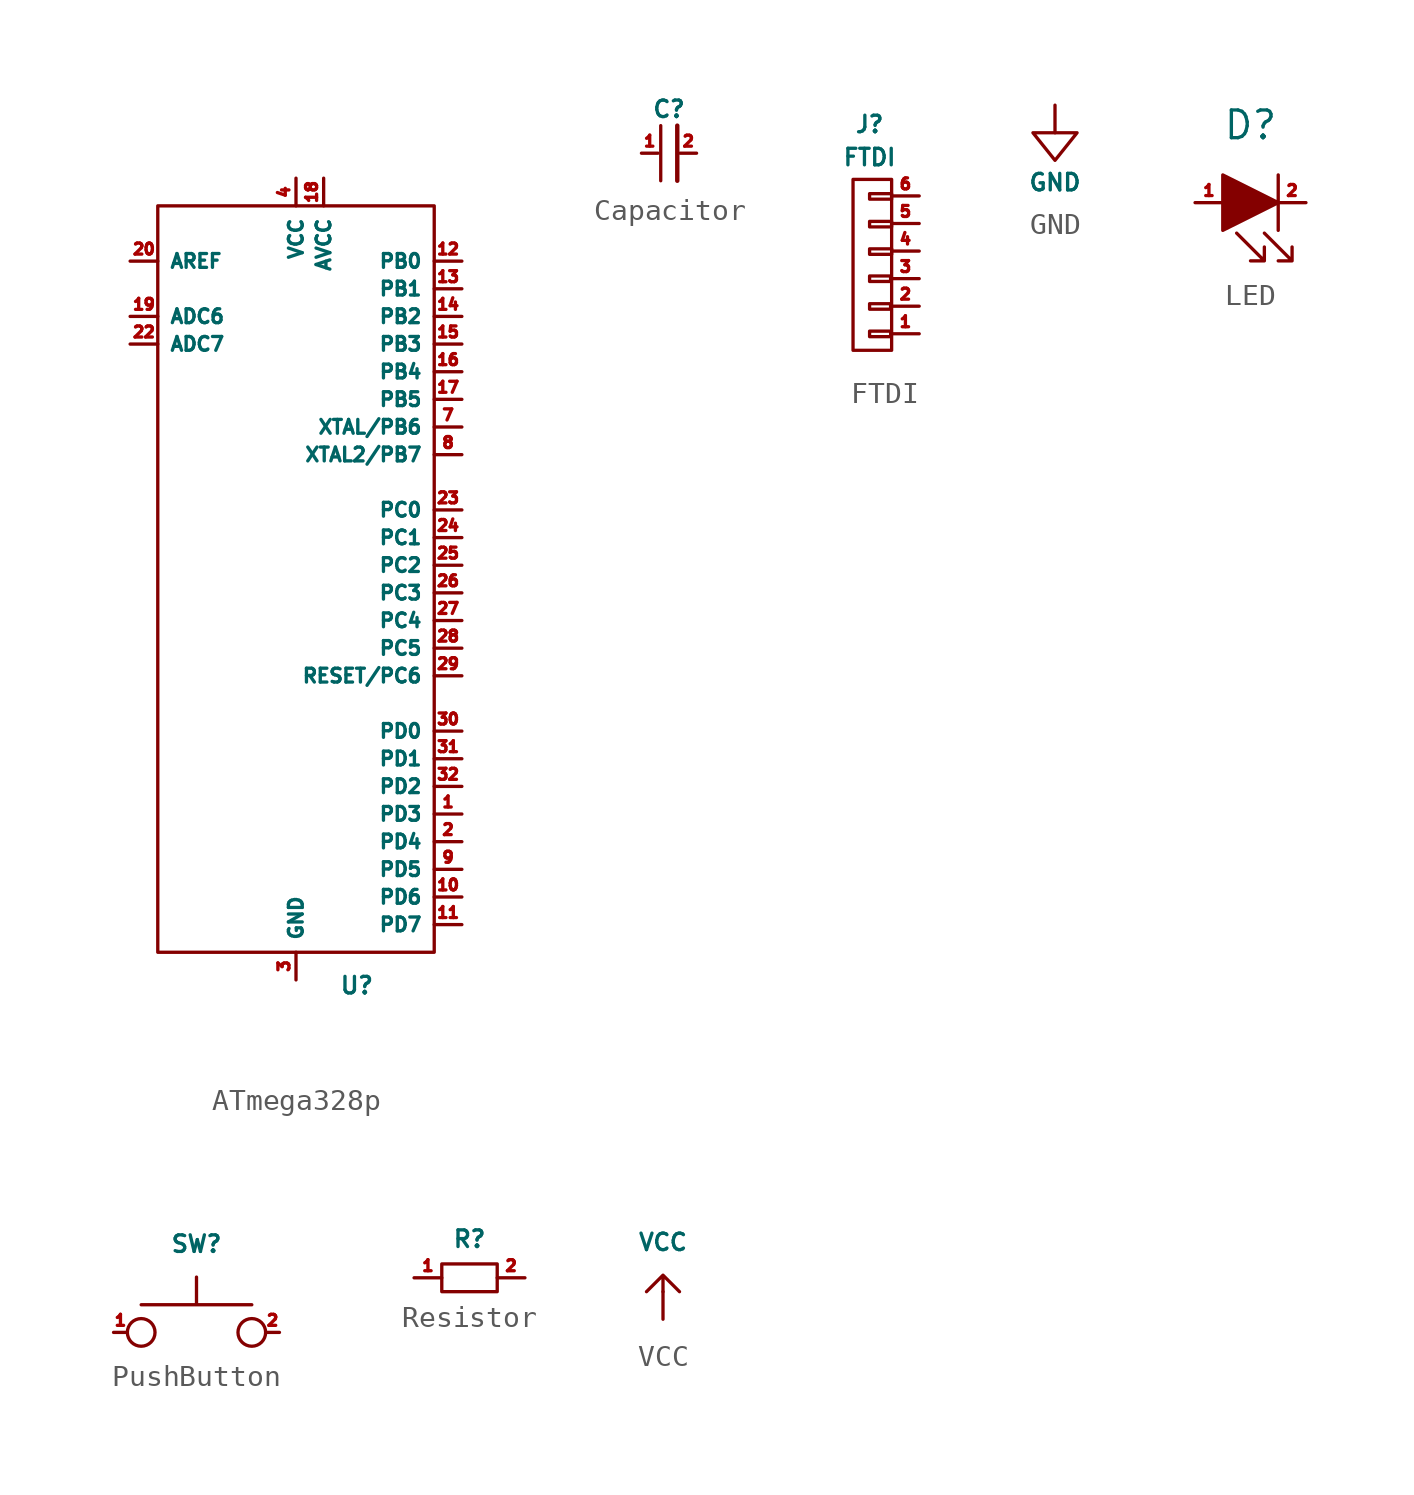
<source format=kicad_sym>
(kicad_symbol_lib
  (version 20241209)
  (generator "kicad_symbol_editor")
  (generator_version "9.0")
  (symbol "ATmega328p"
    (property "Reference" "U"
      (at -1.016 -16.764 0)
      (effects (font (size 0.762 0.762))))
    (property "Value" ""
      (at 0 0 0)
      (effects (font (size 1.27 1.27))))
    (symbol "ATmega328p_0_1"
      (rectangle (start -10.16 19.05) (end 2.54 -15.24) (stroke (width 0) (type default)) (fill (type none))))
    (symbol "ATmega328p_1_1"
      (pin passive line (at -11.43 16.51 0) (length 1.27) (name "AREF" (effects (font (size 0.635 0.635)))) (number "20" (effects (font (size 0.508 0.508)))))
      (pin input line (at -11.43 13.97 0) (length 1.27) (name "ADC6" (effects (font (size 0.635 0.635)))) (number "19" (effects (font (size 0.508 0.508)))))
      (pin input line (at -11.43 12.7 0) (length 1.27) (name "ADC7" (effects (font (size 0.635 0.635)))) (number "22" (effects (font (size 0.508 0.508)))))
      (pin power_in line (at -3.81 20.32 270) (length 1.27) (name "VCC" (effects (font (size 0.635 0.635)))) (number "4" (effects (font (size 0.508 0.508)))))
      (pin power_in line (at -3.81 -16.51 90) (length 1.27) (name "GND" (effects (font (size 0.635 0.635)))) (number "3" (effects (font (size 0.508 0.508)))))
      (pin power_in line (at -2.54 20.32 270) (length 1.27) (name "AVCC" (effects (font (size 0.635 0.635)))) (number "18" (effects (font (size 0.508 0.508)))))
      (pin bidirectional line (at 3.81 16.51 180) (length 1.27) (name "PB0" (effects (font (size 0.635 0.635)))) (number "12" (effects (font (size 0.508 0.508)))))
      (pin bidirectional line (at 3.81 15.24 180) (length 1.27) (name "PB1" (effects (font (size 0.635 0.635)))) (number "13" (effects (font (size 0.508 0.508)))))
      (pin bidirectional line (at 3.81 13.97 180) (length 1.27) (name "PB2" (effects (font (size 0.635 0.635)))) (number "14" (effects (font (size 0.508 0.508)))))
      (pin bidirectional line (at 3.81 12.7 180) (length 1.27) (name "PB3" (effects (font (size 0.635 0.635)))) (number "15" (effects (font (size 0.508 0.508)))))
      (pin bidirectional line (at 3.81 11.43 180) (length 1.27) (name "PB4" (effects (font (size 0.635 0.635)))) (number "16" (effects (font (size 0.508 0.508)))))
      (pin bidirectional line (at 3.81 10.16 180) (length 1.27) (name "PB5" (effects (font (size 0.635 0.635)))) (number "17" (effects (font (size 0.508 0.508)))))
      (pin bidirectional line (at 3.81 8.89 180) (length 1.27) (name "XTAL/PB6" (effects (font (size 0.635 0.635)))) (number "7" (effects (font (size 0.508 0.508)))))
      (pin bidirectional line (at 3.81 7.62 180) (length 1.27) (name "XTAL2/PB7" (effects (font (size 0.635 0.635)))) (number "8" (effects (font (size 0.508 0.508)))))
      (pin bidirectional line (at 3.81 5.08 180) (length 1.27) (name "PC0" (effects (font (size 0.635 0.635)))) (number "23" (effects (font (size 0.508 0.508)))))
      (pin bidirectional line (at 3.81 3.81 180) (length 1.27) (name "PC1" (effects (font (size 0.635 0.635)))) (number "24" (effects (font (size 0.508 0.508)))))
      (pin bidirectional line (at 3.81 2.54 180) (length 1.27) (name "PC2" (effects (font (size 0.635 0.635)))) (number "25" (effects (font (size 0.508 0.508)))))
      (pin bidirectional line (at 3.81 1.27 180) (length 1.27) (name "PC3" (effects (font (size 0.635 0.635)))) (number "26" (effects (font (size 0.508 0.508)))))
      (pin bidirectional line (at 3.81 0 180) (length 1.27) (name "PC4" (effects (font (size 0.635 0.635)))) (number "27" (effects (font (size 0.508 0.508)))))
      (pin bidirectional line (at 3.81 -1.27 180) (length 1.27) (name "PC5" (effects (font (size 0.635 0.635)))) (number "28" (effects (font (size 0.508 0.508)))))
      (pin bidirectional line (at 3.81 -2.54 180) (length 1.27) (name "RESET/PC6" (effects (font (size 0.635 0.635)))) (number "29" (effects (font (size 0.508 0.508)))))
      (pin bidirectional line (at 3.81 -5.08 180) (length 1.27) (name "PD0" (effects (font (size 0.635 0.635)))) (number "30" (effects (font (size 0.508 0.508)))))
      (pin bidirectional line (at 3.81 -6.35 180) (length 1.27) (name "PD1" (effects (font (size 0.635 0.635)))) (number "31" (effects (font (size 0.508 0.508)))))
      (pin bidirectional line (at 3.81 -7.62 180) (length 1.27) (name "PD2" (effects (font (size 0.635 0.635)))) (number "32" (effects (font (size 0.508 0.508)))))
      (pin bidirectional line (at 3.81 -8.89 180) (length 1.27) (name "PD3" (effects (font (size 0.635 0.635)))) (number "1" (effects (font (size 0.508 0.508)))))
      (pin bidirectional line (at 3.81 -10.16 180) (length 1.27) (name "PD4" (effects (font (size 0.635 0.635)))) (number "2" (effects (font (size 0.508 0.508)))))
      (pin bidirectional line (at 3.81 -11.43 180) (length 1.27) (name "PD5" (effects (font (size 0.635 0.635)))) (number "9" (effects (font (size 0.508 0.508)))))
      (pin bidirectional line (at 3.81 -12.7 180) (length 1.27) (name "PD6" (effects (font (size 0.635 0.635)))) (number "10" (effects (font (size 0.508 0.508)))))
      (pin bidirectional line (at 3.81 -13.97 180) (length 1.27) (name "PD7" (effects (font (size 0.635 0.635)))) (number "11" (effects (font (size 0.508 0.508)))))))
  (symbol "Capacitor"
    (property "Reference" "C"
      (at 0 2.032 0)
      (effects (font (size 0.762 0.762))))
    (property "Value" ""
      (at 0 0 0)
      (effects (font (size 1.27 1.27))))
    (symbol "Capacitor_0_1"
      (polyline (pts (xy -0.381 1.27) (xy -0.381 -1.27)) (stroke (width 0) (type default)) (fill (type none))))
    (symbol "Capacitor_1_1"
      (polyline (pts (xy 0.381 1.27) (xy 0.381 -1.27)) (stroke (width 0.203) (type solid)) (fill (type none)))
      (pin passive line (at -1.27 0 0) (length 0.762) (name "" (effects (font (size 1.27 1.27)))) (number "1" (effects (font (size 0.508 0.508)))))
      (pin passive line (at 1.27 0 180) (length 0.762) (name "" (effects (font (size 1.27 1.27)))) (number "2" (effects (font (size 0.508 0.508)))))))
  (symbol "FTDI"
    (property "Reference" "J"
      (at 0.254 0.762 0)
      (effects (font (size 0.762 0.762))))
    (property "Value" "FTDI"
      (at 0.254 -0.762 0)
      (effects (font (size 0.762 0.762))))
    (symbol "FTDI_0_1"
      (rectangle (start -0.508 -1.778) (end 1.27 -9.652) (stroke (width 0) (type default)) (fill (type none)))
      (rectangle (start 0.254 -2.435) (end 1.268 -2.689) (stroke (width 0) (type default)) (fill (type none)))
      (rectangle (start 0.254 -3.713) (end 1.268 -3.967) (stroke (width 0) (type default)) (fill (type none)))
      (rectangle (start 0.254 -4.977) (end 1.272 -5.231) (stroke (width 0) (type default)) (fill (type none)))
      (rectangle (start 0.254 -6.227) (end 1.222 -6.481) (stroke (width 0) (type default)) (fill (type none)))
      (rectangle (start 0.254 -7.505) (end 1.222 -7.759) (stroke (width 0) (type default)) (fill (type none)))
      (rectangle (start 0.254 -8.769) (end 1.226 -9.023) (stroke (width 0) (type default)) (fill (type none))))
    (symbol "FTDI_1_1"
      (pin passive line (at 2.54 -2.54 180) (length 1.27) (name "" (effects (font (size 0.635 0.635)))) (number "6" (effects (font (size 0.508 0.508)))))
      (pin passive line (at 2.54 -3.81 180) (length 1.27) (name "" (effects (font (size 0.635 0.635)))) (number "5" (effects (font (size 0.508 0.508)))))
      (pin passive line (at 2.54 -5.08 180) (length 1.27) (name "" (effects (font (size 0.635 0.635)))) (number "4" (effects (font (size 0.508 0.508)))))
      (pin passive line (at 2.54 -6.35 180) (length 1.27) (name "" (effects (font (size 0.635 0.635)))) (number "3" (effects (font (size 0.508 0.508)))))
      (pin passive line (at 2.54 -7.62 180) (length 1.27) (name "" (effects (font (size 0.635 0.635)))) (number "2" (effects (font (size 0.508 0.508)))))
      (pin passive line (at 2.54 -8.89 180) (length 1.27) (name "" (effects (font (size 0.635 0.635)))) (number "1" (effects (font (size 0.508 0.508)))))))
  (symbol "GND"
    (power)
    (property "Reference" "GND"
      (at 0 -2.286 0)
      (effects (font (size 0.762 0.762)) (hide yes)))
    (property "Value" "GND"
      (at 0 -2.286 0)
      (effects (font (size 0.762 0.762))))
    (symbol "GND_0_1"
      (polyline (pts (xy 0 0) (xy -1.016 0) (xy 0 -1.27) (xy 1.016 0) (xy 0 0)) (stroke (width 0) (type default)) (fill (type none))))
    (symbol "GND_1_1"
      (pin power_in line (at 0 1.27 270) (length 1.27) (name "" (effects (font (size 1.27 1.27)))) (number "" (effects (font (size 1.27 1.27)))))))
  (symbol "LED"
    (property "Reference" "D"
      (at 0 3.556 0)
      (effects (font (size 1.27 1.27))))
    (property "Value" ""
      (at 0 0 0)
      (effects (font (size 1.27 1.27))))
    (symbol "LED_1_1"
      (polyline (pts (xy 0.635 -1.397) (xy 1.905 -2.667) (xy 1.27 -2.667) (xy 1.905 -2.667) (xy 1.905 -2.032)) (stroke (width 0) (type default)) (fill (type none)))
      (polyline (pts (xy 0.635 -2.667) (xy 0 -2.667) (xy 0.635 -2.667) (xy 0.635 -2.032) (xy 0.635 -2.667) (xy -0.635 -1.397)) (stroke (width 0) (type default)) (fill (type none)))
      (polyline (pts (xy 1.27 1.27) (xy 1.27 -1.27) (xy 1.27 0) (xy -1.27 1.27) (xy -1.27 -1.27) (xy 1.27 0)) (stroke (width 0) (type solid)) (fill (type outline)))
      (pin passive line (at -2.54 0 0) (length 1.27) (name "" (effects (font (size 1.27 1.27)))) (number "1" (effects (font (size 0.508 0.508)))))
      (pin passive line (at 2.54 0 180) (length 1.27) (name "" (effects (font (size 1.27 1.27)))) (number "2" (effects (font (size 0.508 0.508)))))))
  (symbol "PushButton"
    (property "Reference" "SW"
      (at 0 4.064 0)
      (effects (font (size 0.762 0.762))))
    (property "Value" ""
      (at 0 0 0)
      (effects (font (size 1.27 1.27))))
    (symbol "PushButton_0_1"
      (circle (center -2.54 0) (radius 0.635) (stroke (width 0) (type default)) (fill (type none)))
      (polyline (pts (xy 0 1.27) (xy -2.54 1.27) (xy 0 1.27) (xy 2.54 1.27) (xy 0 1.27) (xy 0 2.54)) (stroke (width 0) (type default)) (fill (type none)))
      (circle (center 2.54 0) (radius 0.635) (stroke (width 0) (type default)) (fill (type none))))
    (symbol "PushButton_1_1"
      (pin passive line (at -3.81 0 0) (length 0.635) (name "" (effects (font (size 1.27 1.27)))) (number "1" (effects (font (size 0.508 0.508)))))
      (pin passive line (at 3.81 0 180) (length 0.635) (name "" (effects (font (size 1.27 1.27)))) (number "2" (effects (font (size 0.508 0.508)))))))
  (symbol "Resistor"
    (property "Reference" "R"
      (at 0 1.778 0)
      (effects (font (size 0.762 0.762))))
    (property "Value" ""
      (at 0 0 0)
      (effects (font (size 1.27 1.27))))
    (symbol "Resistor_0_1"
      (rectangle (start -1.27 0.635) (end 1.27 -0.635) (stroke (width 0) (type default)) (fill (type none))))
    (symbol "Resistor_1_1"
      (pin passive line (at -2.54 0 0) (length 1.27) (name "" (effects (font (size 0.508 0.508)))) (number "1" (effects (font (size 0.508 0.508)))))
      (pin passive line (at 2.54 0 180) (length 1.27) (name "" (effects (font (size 1.27 1.27)))) (number "2" (effects (font (size 0.508 0.508)))))))
  (symbol "VCC"
    (power)
    (property "Reference" "VCC"
      (at 0 2.286 0)
      (effects (font (size 0.762 0.762)) (hide yes)))
    (property "Value" "VCC"
      (at 0 2.286 0)
      (effects (font (size 0.762 0.762))))
    (symbol "VCC_0_1"
      (polyline (pts (xy -0.762 0) (xy 0 0.762) (xy 0 0) (xy 0 0.762) (xy 0.762 0)) (stroke (width 0) (type default)) (fill (type none))))
    (symbol "VCC_1_1"
      (pin power_in line (at 0 -1.27 90) (length 1.27) (name "" (effects (font (size 1.27 1.27)))) (number "" (effects (font (size 1.27 1.27))))))))
</source>
